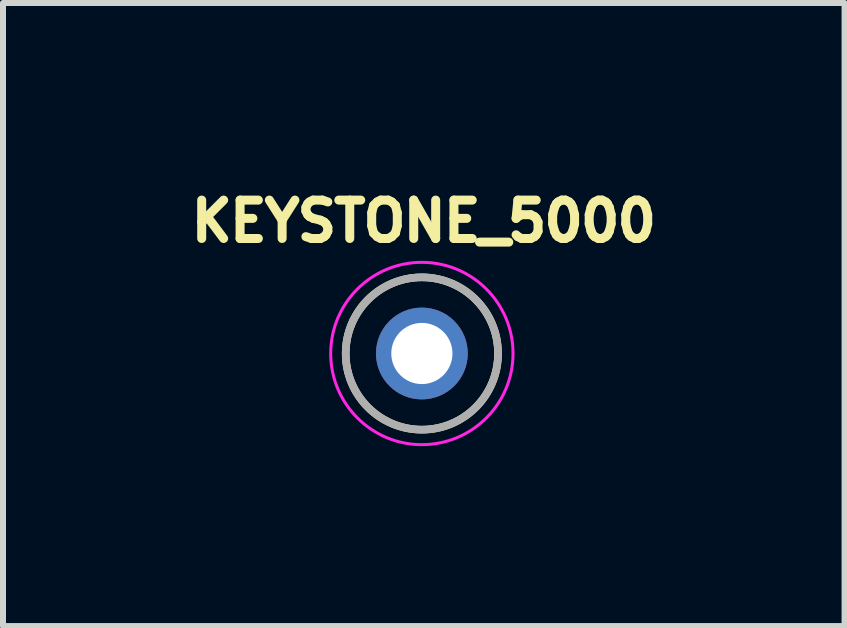
<source format=kicad_pcb>
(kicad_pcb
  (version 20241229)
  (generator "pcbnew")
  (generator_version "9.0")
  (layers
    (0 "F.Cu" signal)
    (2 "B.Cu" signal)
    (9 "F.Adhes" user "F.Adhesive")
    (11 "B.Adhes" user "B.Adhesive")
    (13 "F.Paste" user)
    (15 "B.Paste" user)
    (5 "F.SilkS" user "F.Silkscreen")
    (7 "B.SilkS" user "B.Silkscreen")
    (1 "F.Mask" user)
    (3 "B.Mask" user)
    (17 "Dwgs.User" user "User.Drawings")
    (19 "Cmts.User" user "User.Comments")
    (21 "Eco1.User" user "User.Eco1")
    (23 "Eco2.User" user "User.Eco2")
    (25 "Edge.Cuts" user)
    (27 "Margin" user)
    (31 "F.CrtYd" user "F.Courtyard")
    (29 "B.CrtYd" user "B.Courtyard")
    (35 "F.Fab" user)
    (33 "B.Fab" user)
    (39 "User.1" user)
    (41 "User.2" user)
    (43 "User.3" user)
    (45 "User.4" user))
  (footprint "KEYSTONE_5000"
    (layer "F.Cu")
    (at 3.984 2.844)
    (property "Reference" "KEYSTONE_5000" (at 0.032 -2.206 0) (layer "F.SilkS") (effects (font (size 0.64 0.64) (thickness 0.15))))
    (attr through_hole)
    (fp_circle (center 0 0) (end 1.27 0) (stroke (width 0.127) (type solid)) (fill no) (layer "F.SilkS"))
    (fp_circle (center 0 0) (end 1.52 0) (stroke (width 0.05) (type solid)) (fill no) (layer "F.CrtYd"))
    (fp_circle (center 0 0) (end 1.27 0) (stroke (width 0.127) (type solid)) (fill no) (layer "F.Fab"))
    (pad "TP" thru_hole circle (at 0 0) (size 1.53 1.53) (drill 1.02) (layers "*.Cu" "*.Mask")))
  (gr_rect
    (start -3 -3)
    (end 11.032 7.389)
    (stroke (width 0.1) (type default))
    (fill no)
    (layer "Edge.Cuts")))
</source>
